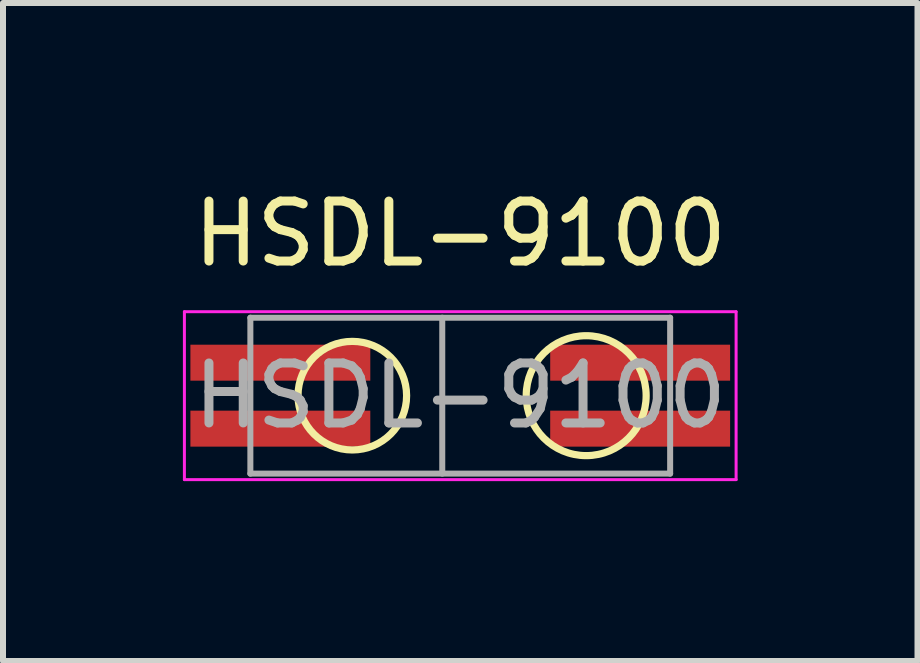
<source format=kicad_pcb>
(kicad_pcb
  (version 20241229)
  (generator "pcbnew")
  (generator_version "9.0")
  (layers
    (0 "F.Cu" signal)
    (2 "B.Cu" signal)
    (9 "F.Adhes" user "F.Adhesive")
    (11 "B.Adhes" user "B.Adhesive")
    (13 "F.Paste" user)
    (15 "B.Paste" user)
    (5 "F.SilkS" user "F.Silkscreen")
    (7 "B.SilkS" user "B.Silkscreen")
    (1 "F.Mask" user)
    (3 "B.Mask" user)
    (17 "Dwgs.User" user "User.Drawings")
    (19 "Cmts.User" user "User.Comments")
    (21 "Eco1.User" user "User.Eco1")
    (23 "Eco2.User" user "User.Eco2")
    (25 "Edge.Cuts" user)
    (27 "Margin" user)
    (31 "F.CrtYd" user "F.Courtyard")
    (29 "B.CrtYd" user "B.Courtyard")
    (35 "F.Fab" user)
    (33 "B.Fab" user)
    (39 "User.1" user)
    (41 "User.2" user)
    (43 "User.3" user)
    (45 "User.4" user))
  (footprint "HSDL-9100"
    (layer "F.Cu")
    (at 4.625 3.548)
    (property "Reference" "HSDL-9100" (at 0 -2.7 0) (layer "F.SilkS") (effects (font (size 1 1) (thickness 0.15))))
    (attr smd)
    (fp_circle (center -1.8 0) (end -0.9 0.1) (stroke (width 0.12) (type solid)) (fill no) (layer "F.SilkS"))
    (fp_circle (center 2.1 0) (end 2.9 0.6) (stroke (width 0.12) (type solid)) (fill no) (layer "F.SilkS"))
    (fp_line (start -4.6 1.4) (end -4.6 -1.4) (stroke (width 0.05) (type solid)) (layer "F.CrtYd"))
    (fp_line (start -4.6 1.4) (end 4.6 1.4) (stroke (width 0.05) (type solid)) (layer "F.CrtYd"))
    (fp_line (start 4.6 -1.4) (end -4.6 -1.4) (stroke (width 0.05) (type solid)) (layer "F.CrtYd"))
    (fp_line (start 4.6 1.4) (end 4.6 -1.4) (stroke (width 0.05) (type solid)) (layer "F.CrtYd"))
    (fp_line (start -3.5 -1.3) (end -3.5 1.3) (stroke (width 0.1) (type solid)) (layer "F.Fab"))
    (fp_line (start -3.5 -1.3) (end 3.5 -1.3) (stroke (width 0.1) (type solid)) (layer "F.Fab"))
    (fp_line (start -0.3 -1.3) (end -0.3 1.3) (stroke (width 0.1) (type solid)) (layer "F.Fab"))
    (fp_line (start 3.5 -1.3) (end 3.5 1.3) (stroke (width 0.1) (type solid)) (layer "F.Fab"))
    (fp_line (start 3.5 1.3) (end -3.5 1.3) (stroke (width 0.1) (type solid)) (layer "F.Fab"))
    (fp_text user "${REFERENCE}" (at 0 0 0) (layer "F.Fab") (effects (font (size 1 1) (thickness 0.15))))
    (pad "1" smd rect (at -3 -0.55) (size 3 0.6) (layers "F.Cu" "F.Mask" "F.Paste"))
    (pad "2" smd rect (at -3 0.55) (size 3 0.6) (layers "F.Cu" "F.Mask" "F.Paste"))
    (pad "3" smd rect (at 3 0.55) (size 3 0.6) (layers "F.Cu" "F.Mask" "F.Paste"))
    (pad "4" smd rect (at 3 -0.55) (size 3 0.6) (layers "F.Cu" "F.Mask" "F.Paste")))
  (gr_rect
    (start -3 -3)
    (end 12.25 7.973)
    (stroke (width 0.1) (type default))
    (fill no)
    (layer "Edge.Cuts")))
</source>
